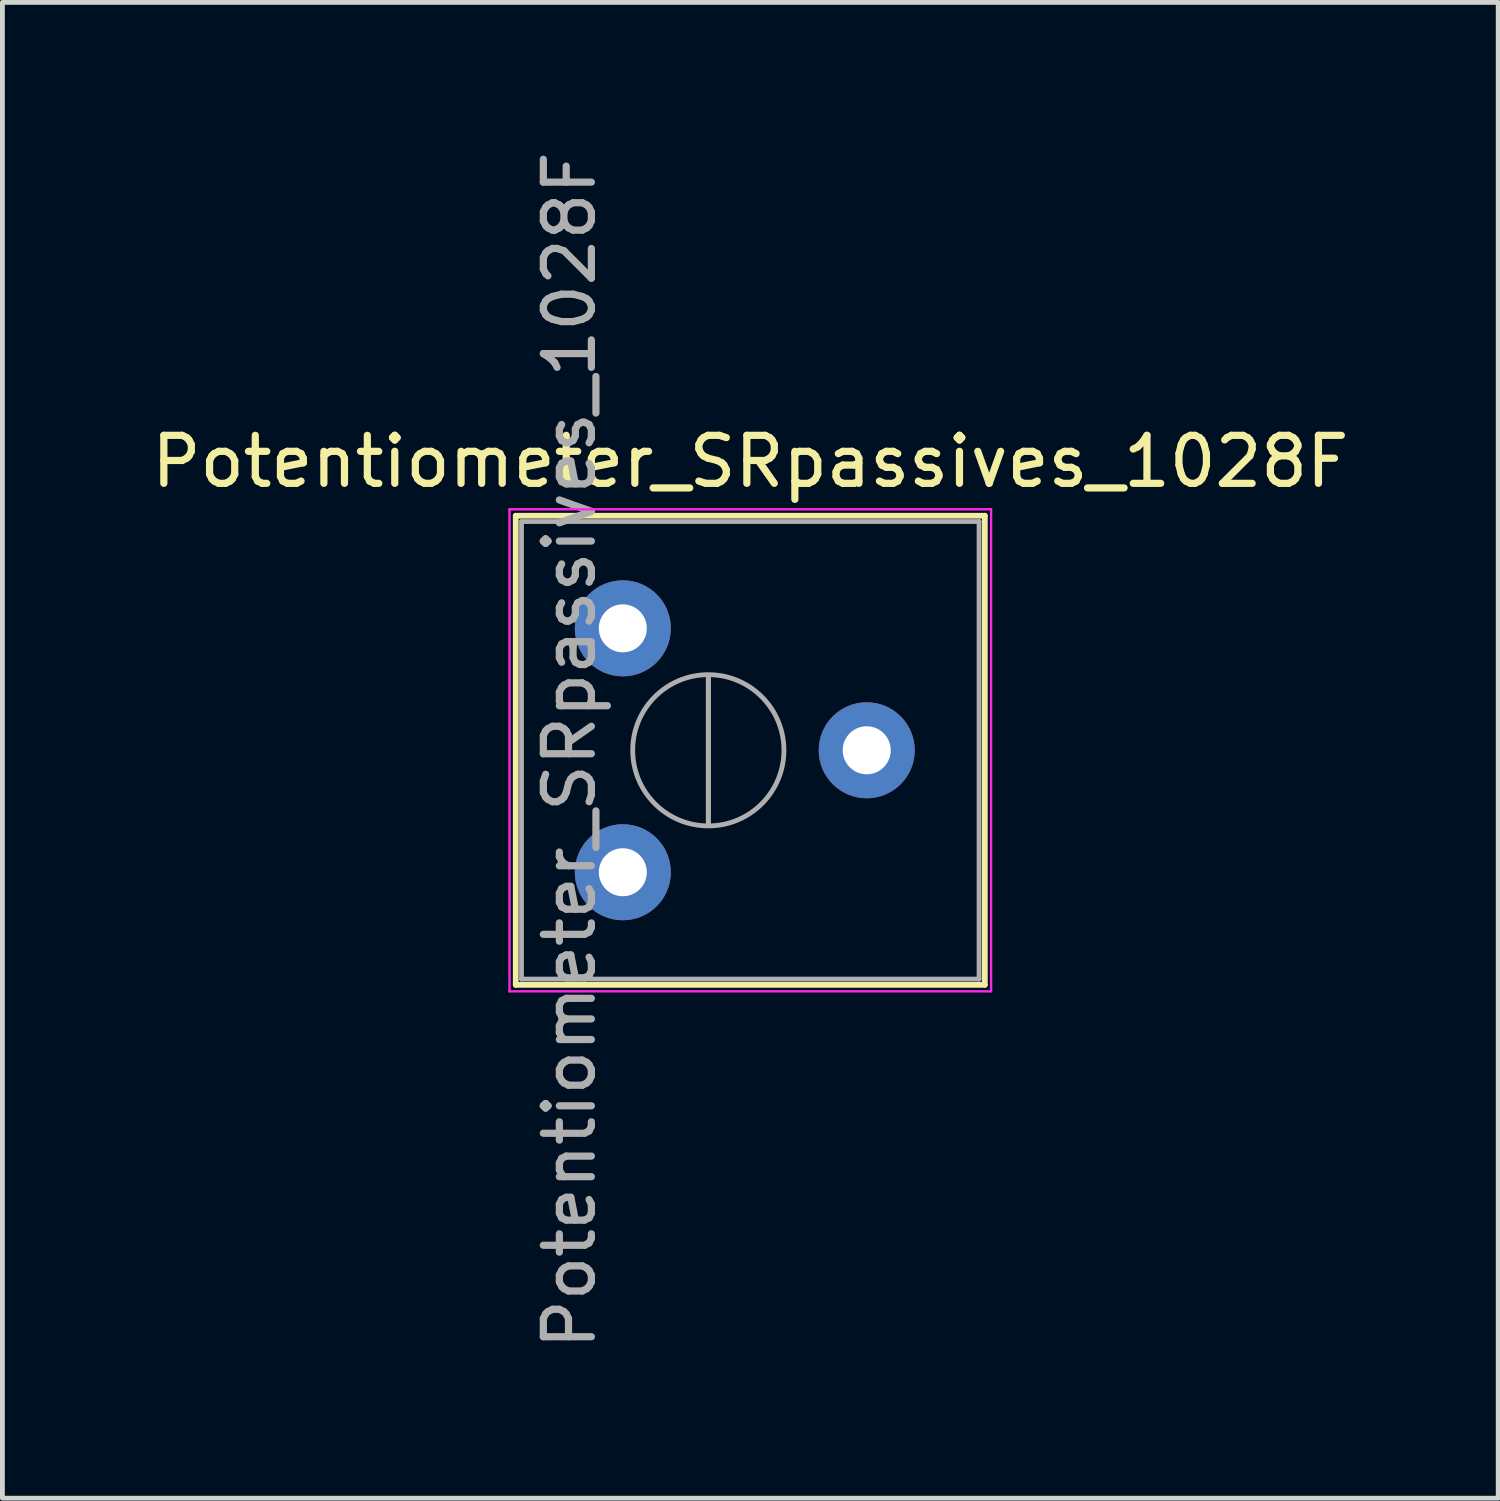
<source format=kicad_pcb>
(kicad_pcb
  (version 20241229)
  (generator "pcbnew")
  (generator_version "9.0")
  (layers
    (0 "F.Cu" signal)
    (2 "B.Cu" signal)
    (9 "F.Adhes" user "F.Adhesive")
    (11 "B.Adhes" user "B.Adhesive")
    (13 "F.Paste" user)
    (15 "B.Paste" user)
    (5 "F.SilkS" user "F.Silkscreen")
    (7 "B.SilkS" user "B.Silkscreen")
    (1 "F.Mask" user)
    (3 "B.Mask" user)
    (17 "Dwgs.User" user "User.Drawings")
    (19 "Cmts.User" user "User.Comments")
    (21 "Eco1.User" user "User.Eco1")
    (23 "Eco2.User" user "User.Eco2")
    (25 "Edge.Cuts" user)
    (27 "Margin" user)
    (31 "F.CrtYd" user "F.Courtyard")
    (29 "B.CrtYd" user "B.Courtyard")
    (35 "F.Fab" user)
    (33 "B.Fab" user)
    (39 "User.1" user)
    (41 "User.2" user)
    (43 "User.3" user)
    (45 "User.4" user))
  (footprint "Potentiometer_SRpassives_1028F"
    (layer "F.Cu")
    (at 9.922 15.117)
    (property "Reference" "Potentiometer_SRpassives_1028F" (at 2.655 -8.555 0) (layer "F.SilkS") (effects (font (size 1 1) (thickness 0.15))))
    (attr through_hole)
    (fp_line (start -2.23 -7.425) (end -2.23 2.345) (stroke (width 0.12) (type solid)) (layer "F.SilkS"))
    (fp_line (start -2.23 -7.425) (end 7.54 -7.425) (stroke (width 0.12) (type solid)) (layer "F.SilkS"))
    (fp_line (start -2.23 2.345) (end 7.54 2.345) (stroke (width 0.12) (type solid)) (layer "F.SilkS"))
    (fp_line (start 7.54 -7.425) (end 7.54 2.345) (stroke (width 0.12) (type solid)) (layer "F.SilkS"))
    (fp_line (start -2.36 -7.56) (end -2.36 2.48) (stroke (width 0.05) (type solid)) (layer "F.CrtYd"))
    (fp_line (start -2.36 2.48) (end 7.67 2.48) (stroke (width 0.05) (type solid)) (layer "F.CrtYd"))
    (fp_line (start 7.67 -7.56) (end -2.36 -7.56) (stroke (width 0.05) (type solid)) (layer "F.CrtYd"))
    (fp_line (start 7.67 2.48) (end 7.67 -7.56) (stroke (width 0.05) (type solid)) (layer "F.CrtYd"))
    (fp_line (start -2.11 -7.305) (end -2.11 2.225) (stroke (width 0.1) (type solid)) (layer "F.Fab"))
    (fp_line (start -2.11 2.225) (end 7.42 2.225) (stroke (width 0.1) (type solid)) (layer "F.Fab"))
    (fp_line (start 1.781 -0.98) (end 1.781 -4.099) (stroke (width 0.1) (type solid)) (layer "F.Fab"))
    (fp_line (start 1.781 -0.98) (end 1.781 -4.099) (stroke (width 0.1) (type solid)) (layer "F.Fab"))
    (fp_line (start 7.42 -7.305) (end -2.11 -7.305) (stroke (width 0.1) (type solid)) (layer "F.Fab"))
    (fp_line (start 7.42 2.225) (end 7.42 -7.305) (stroke (width 0.1) (type solid)) (layer "F.Fab"))
    (fp_circle (center 1.781 -2.54) (end 3.356 -2.54) (stroke (width 0.1) (type solid)) (fill no) (layer "F.Fab"))
    (fp_text user "${REFERENCE}" (at -1.11 -2.54 90) (layer "F.Fab") (effects (font (size 1 1) (thickness 0.15))))
    (pad "1" thru_hole circle (at 0 0) (size 2 2) (drill 1) (layers "*.Cu" "*.Mask"))
    (pad "2" thru_hole circle (at 5.08 -2.54) (size 2 2) (drill 1) (layers "*.Cu" "*.Mask"))
    (pad "3" thru_hole circle (at 0 -5.08) (size 2 2) (drill 1) (layers "*.Cu" "*.Mask")))
  (gr_rect
    (start -3 -3)
    (end 28.155 28.155)
    (stroke (width 0.1) (type default))
    (fill no)
    (layer "Edge.Cuts")))
</source>
